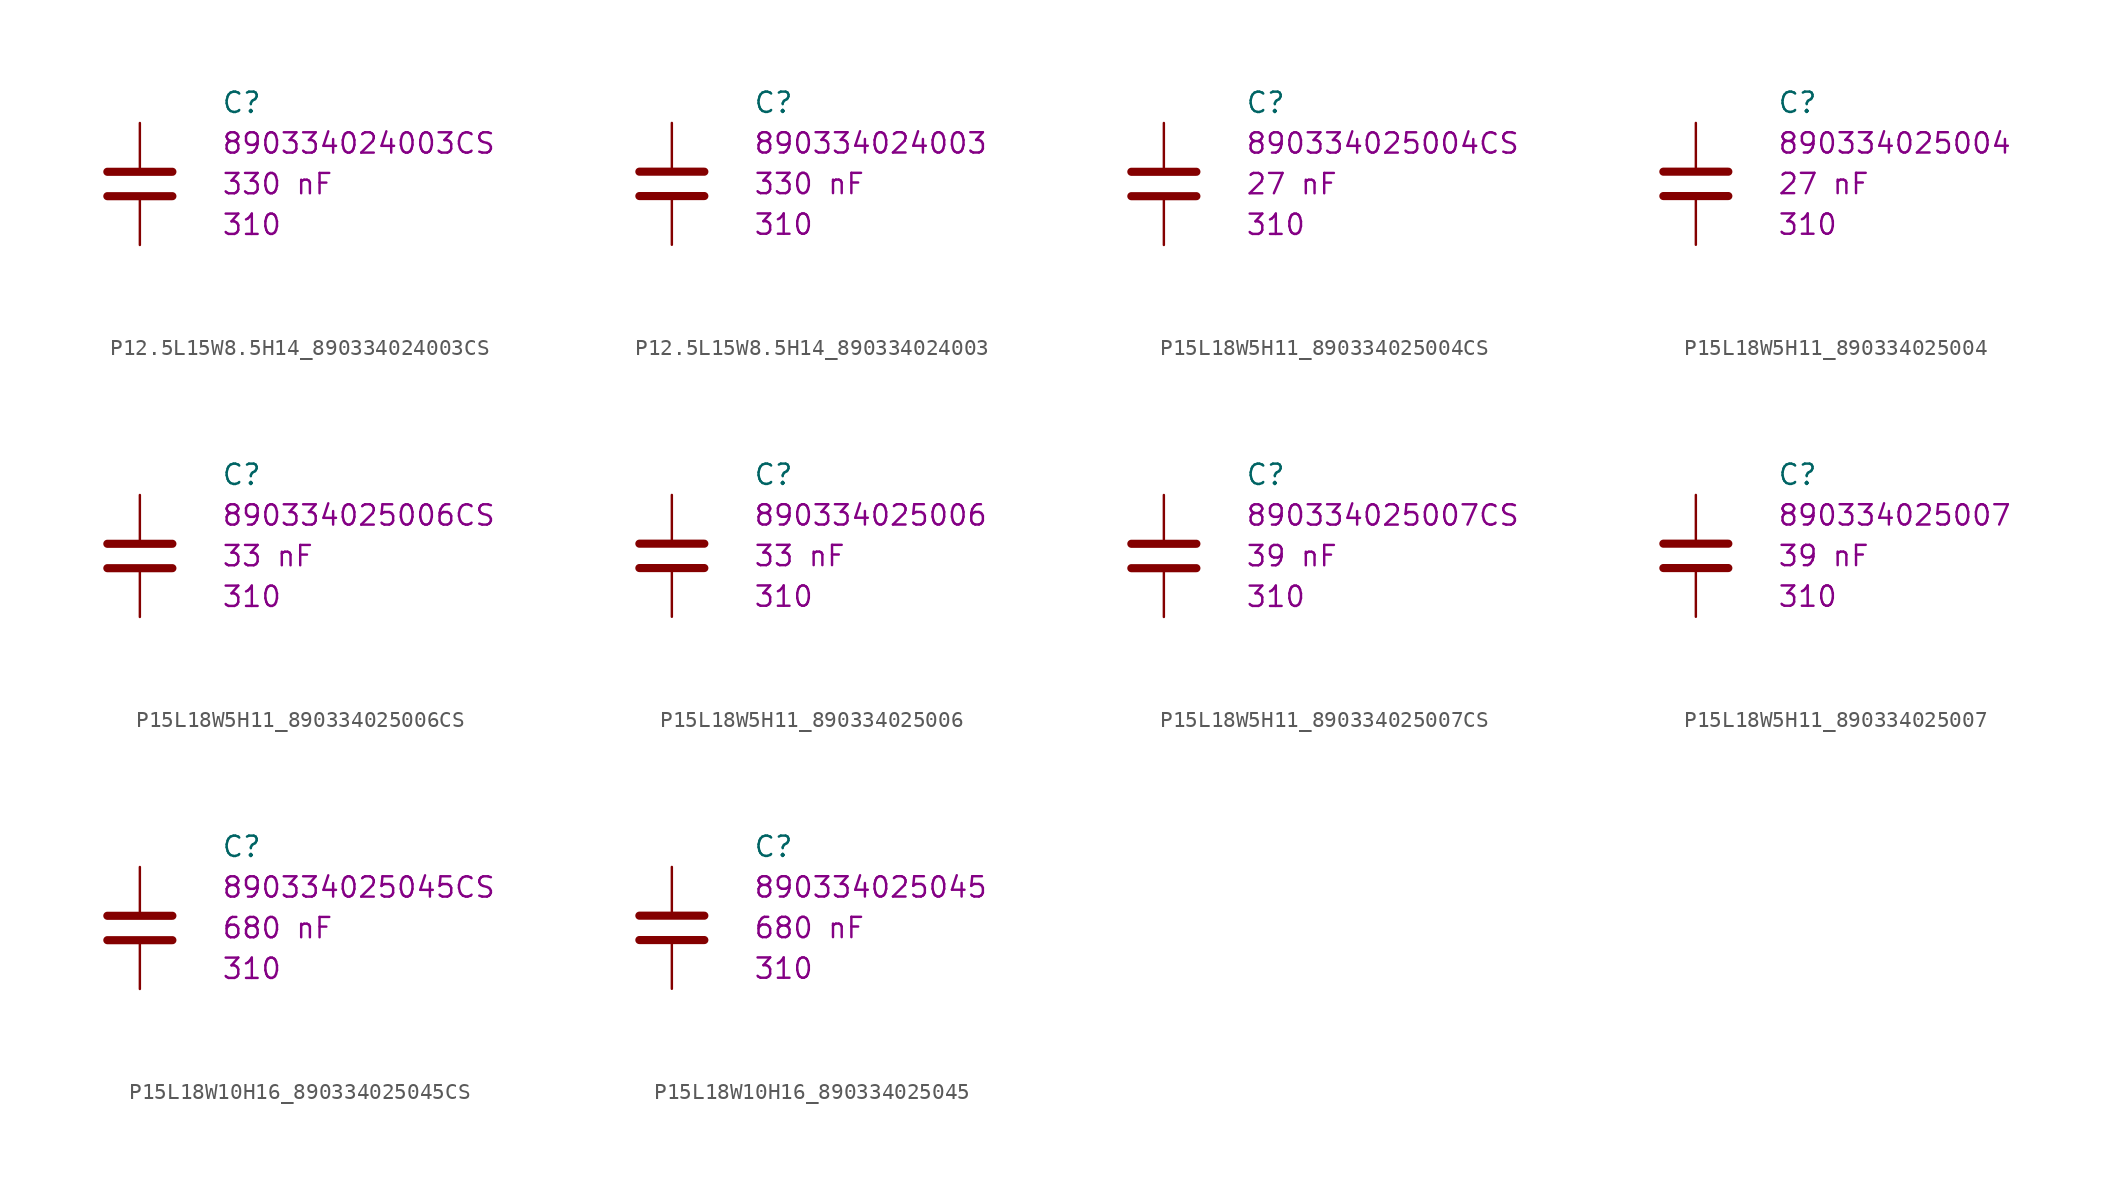
<source format=kicad_sym>
(kicad_symbol_lib
  (version 20220914)
  (generator kicad_symbol_editor)
  (symbol "P12.5L15W8.5H14_890334024003CS"
    (pin_numbers hide)
    (pin_names hide)
    (property "Reference" "C"
      (at 5.08 5.08 0)
      (effects (font (size 1.27 1.27)) (justify left)))
    (property "Part Number" "890334024003CS"
      (at 5.08 2.54 0)
      (effects (font (size 1.27 1.27)) (justify left)))
    (property "Capacitance" "330 nF"
      (at 5.08 0 0)
      (effects (font (size 1.27 1.27)) (justify left)))
    (property "Voltage" "310"
      (at 5.08 -2.54 0)
      (effects (font (size 1.27 1.27)) (justify left)))
    (property "Critical Parameter" ""
      (at 0 -7.62 0)
      (effects (font (size 1.27 1.27))))
    (symbol "P12.5L15W8.5H14_890334024003CS_0_1"
      (polyline (pts (xy -2.032 -0.762) (xy 2.032 -0.762)) (stroke (width 0.508) (type default)) (fill (type none)))
      (polyline (pts (xy -2.032 0.762) (xy 2.032 0.762)) (stroke (width 0.508) (type default)) (fill (type none))))
    (symbol "P12.5L15W8.5H14_890334024003CS_1_1"
      (pin passive line (at 0 3.81 270) (length 2.794) (name "1" (effects (font (size 1.27 1.27)))) (number "1" (effects (font (size 1.27 1.27)))))
      (pin passive line (at 0 -3.81 90) (length 2.794) (name "2" (effects (font (size 1.27 1.27)))) (number "2" (effects (font (size 1.27 1.27)))))))
  (symbol "P12.5L15W8.5H14_890334024003"
    (pin_numbers hide)
    (pin_names hide)
    (property "Reference" "C"
      (at 5.08 5.08 0)
      (effects (font (size 1.27 1.27)) (justify left)))
    (property "Part Number" "890334024003"
      (at 5.08 2.54 0)
      (effects (font (size 1.27 1.27)) (justify left)))
    (property "Capacitance" "330 nF"
      (at 5.08 0 0)
      (effects (font (size 1.27 1.27)) (justify left)))
    (property "Voltage" "310"
      (at 5.08 -2.54 0)
      (effects (font (size 1.27 1.27)) (justify left)))
    (property "Critical Parameter" ""
      (at 0 -7.62 0)
      (effects (font (size 1.27 1.27))))
    (symbol "P12.5L15W8.5H14_890334024003_0_1"
      (polyline (pts (xy -2.032 -0.762) (xy 2.032 -0.762)) (stroke (width 0.508) (type default)) (fill (type none)))
      (polyline (pts (xy -2.032 0.762) (xy 2.032 0.762)) (stroke (width 0.508) (type default)) (fill (type none))))
    (symbol "P12.5L15W8.5H14_890334024003_1_1"
      (pin passive line (at 0 3.81 270) (length 2.794) (name "1" (effects (font (size 1.27 1.27)))) (number "1" (effects (font (size 1.27 1.27)))))
      (pin passive line (at 0 -3.81 90) (length 2.794) (name "2" (effects (font (size 1.27 1.27)))) (number "2" (effects (font (size 1.27 1.27)))))))
  (symbol "P15L18W5H11_890334025004CS"
    (pin_numbers hide)
    (pin_names hide)
    (property "Reference" "C"
      (at 5.08 5.08 0)
      (effects (font (size 1.27 1.27)) (justify left)))
    (property "Part Number" "890334025004CS"
      (at 5.08 2.54 0)
      (effects (font (size 1.27 1.27)) (justify left)))
    (property "Capacitance" "27 nF"
      (at 5.08 0 0)
      (effects (font (size 1.27 1.27)) (justify left)))
    (property "Voltage" "310"
      (at 5.08 -2.54 0)
      (effects (font (size 1.27 1.27)) (justify left)))
    (property "Critical Parameter" ""
      (at 0 -7.62 0)
      (effects (font (size 1.27 1.27))))
    (symbol "P15L18W5H11_890334025004CS_0_1"
      (polyline (pts (xy -2.032 -0.762) (xy 2.032 -0.762)) (stroke (width 0.508) (type default)) (fill (type none)))
      (polyline (pts (xy -2.032 0.762) (xy 2.032 0.762)) (stroke (width 0.508) (type default)) (fill (type none))))
    (symbol "P15L18W5H11_890334025004CS_1_1"
      (pin passive line (at 0 3.81 270) (length 2.794) (name "1" (effects (font (size 1.27 1.27)))) (number "1" (effects (font (size 1.27 1.27)))))
      (pin passive line (at 0 -3.81 90) (length 2.794) (name "2" (effects (font (size 1.27 1.27)))) (number "2" (effects (font (size 1.27 1.27)))))))
  (symbol "P15L18W5H11_890334025004"
    (pin_numbers hide)
    (pin_names hide)
    (property "Reference" "C"
      (at 5.08 5.08 0)
      (effects (font (size 1.27 1.27)) (justify left)))
    (property "Part Number" "890334025004"
      (at 5.08 2.54 0)
      (effects (font (size 1.27 1.27)) (justify left)))
    (property "Capacitance" "27 nF"
      (at 5.08 0 0)
      (effects (font (size 1.27 1.27)) (justify left)))
    (property "Voltage" "310"
      (at 5.08 -2.54 0)
      (effects (font (size 1.27 1.27)) (justify left)))
    (property "Critical Parameter" ""
      (at 0 -7.62 0)
      (effects (font (size 1.27 1.27))))
    (symbol "P15L18W5H11_890334025004_0_1"
      (polyline (pts (xy -2.032 -0.762) (xy 2.032 -0.762)) (stroke (width 0.508) (type default)) (fill (type none)))
      (polyline (pts (xy -2.032 0.762) (xy 2.032 0.762)) (stroke (width 0.508) (type default)) (fill (type none))))
    (symbol "P15L18W5H11_890334025004_1_1"
      (pin passive line (at 0 3.81 270) (length 2.794) (name "1" (effects (font (size 1.27 1.27)))) (number "1" (effects (font (size 1.27 1.27)))))
      (pin passive line (at 0 -3.81 90) (length 2.794) (name "2" (effects (font (size 1.27 1.27)))) (number "2" (effects (font (size 1.27 1.27)))))))
  (symbol "P15L18W5H11_890334025006CS"
    (pin_numbers hide)
    (pin_names hide)
    (property "Reference" "C"
      (at 5.08 5.08 0)
      (effects (font (size 1.27 1.27)) (justify left)))
    (property "Part Number" "890334025006CS"
      (at 5.08 2.54 0)
      (effects (font (size 1.27 1.27)) (justify left)))
    (property "Capacitance" "33 nF"
      (at 5.08 0 0)
      (effects (font (size 1.27 1.27)) (justify left)))
    (property "Voltage" "310"
      (at 5.08 -2.54 0)
      (effects (font (size 1.27 1.27)) (justify left)))
    (property "Critical Parameter" ""
      (at 0 -7.62 0)
      (effects (font (size 1.27 1.27))))
    (symbol "P15L18W5H11_890334025006CS_0_1"
      (polyline (pts (xy -2.032 -0.762) (xy 2.032 -0.762)) (stroke (width 0.508) (type default)) (fill (type none)))
      (polyline (pts (xy -2.032 0.762) (xy 2.032 0.762)) (stroke (width 0.508) (type default)) (fill (type none))))
    (symbol "P15L18W5H11_890334025006CS_1_1"
      (pin passive line (at 0 3.81 270) (length 2.794) (name "1" (effects (font (size 1.27 1.27)))) (number "1" (effects (font (size 1.27 1.27)))))
      (pin passive line (at 0 -3.81 90) (length 2.794) (name "2" (effects (font (size 1.27 1.27)))) (number "2" (effects (font (size 1.27 1.27)))))))
  (symbol "P15L18W5H11_890334025006"
    (pin_numbers hide)
    (pin_names hide)
    (property "Reference" "C"
      (at 5.08 5.08 0)
      (effects (font (size 1.27 1.27)) (justify left)))
    (property "Part Number" "890334025006"
      (at 5.08 2.54 0)
      (effects (font (size 1.27 1.27)) (justify left)))
    (property "Capacitance" "33 nF"
      (at 5.08 0 0)
      (effects (font (size 1.27 1.27)) (justify left)))
    (property "Voltage" "310"
      (at 5.08 -2.54 0)
      (effects (font (size 1.27 1.27)) (justify left)))
    (property "Critical Parameter" ""
      (at 0 -7.62 0)
      (effects (font (size 1.27 1.27))))
    (symbol "P15L18W5H11_890334025006_0_1"
      (polyline (pts (xy -2.032 -0.762) (xy 2.032 -0.762)) (stroke (width 0.508) (type default)) (fill (type none)))
      (polyline (pts (xy -2.032 0.762) (xy 2.032 0.762)) (stroke (width 0.508) (type default)) (fill (type none))))
    (symbol "P15L18W5H11_890334025006_1_1"
      (pin passive line (at 0 3.81 270) (length 2.794) (name "1" (effects (font (size 1.27 1.27)))) (number "1" (effects (font (size 1.27 1.27)))))
      (pin passive line (at 0 -3.81 90) (length 2.794) (name "2" (effects (font (size 1.27 1.27)))) (number "2" (effects (font (size 1.27 1.27)))))))
  (symbol "P15L18W5H11_890334025007CS"
    (pin_numbers hide)
    (pin_names hide)
    (property "Reference" "C"
      (at 5.08 5.08 0)
      (effects (font (size 1.27 1.27)) (justify left)))
    (property "Part Number" "890334025007CS"
      (at 5.08 2.54 0)
      (effects (font (size 1.27 1.27)) (justify left)))
    (property "Capacitance" "39 nF"
      (at 5.08 0 0)
      (effects (font (size 1.27 1.27)) (justify left)))
    (property "Voltage" "310"
      (at 5.08 -2.54 0)
      (effects (font (size 1.27 1.27)) (justify left)))
    (property "Critical Parameter" ""
      (at 0 -7.62 0)
      (effects (font (size 1.27 1.27))))
    (symbol "P15L18W5H11_890334025007CS_0_1"
      (polyline (pts (xy -2.032 -0.762) (xy 2.032 -0.762)) (stroke (width 0.508) (type default)) (fill (type none)))
      (polyline (pts (xy -2.032 0.762) (xy 2.032 0.762)) (stroke (width 0.508) (type default)) (fill (type none))))
    (symbol "P15L18W5H11_890334025007CS_1_1"
      (pin passive line (at 0 3.81 270) (length 2.794) (name "1" (effects (font (size 1.27 1.27)))) (number "1" (effects (font (size 1.27 1.27)))))
      (pin passive line (at 0 -3.81 90) (length 2.794) (name "2" (effects (font (size 1.27 1.27)))) (number "2" (effects (font (size 1.27 1.27)))))))
  (symbol "P15L18W5H11_890334025007"
    (pin_numbers hide)
    (pin_names hide)
    (property "Reference" "C"
      (at 5.08 5.08 0)
      (effects (font (size 1.27 1.27)) (justify left)))
    (property "Part Number" "890334025007"
      (at 5.08 2.54 0)
      (effects (font (size 1.27 1.27)) (justify left)))
    (property "Capacitance" "39 nF"
      (at 5.08 0 0)
      (effects (font (size 1.27 1.27)) (justify left)))
    (property "Voltage" "310"
      (at 5.08 -2.54 0)
      (effects (font (size 1.27 1.27)) (justify left)))
    (property "Critical Parameter" ""
      (at 0 -7.62 0)
      (effects (font (size 1.27 1.27))))
    (symbol "P15L18W5H11_890334025007_0_1"
      (polyline (pts (xy -2.032 -0.762) (xy 2.032 -0.762)) (stroke (width 0.508) (type default)) (fill (type none)))
      (polyline (pts (xy -2.032 0.762) (xy 2.032 0.762)) (stroke (width 0.508) (type default)) (fill (type none))))
    (symbol "P15L18W5H11_890334025007_1_1"
      (pin passive line (at 0 3.81 270) (length 2.794) (name "1" (effects (font (size 1.27 1.27)))) (number "1" (effects (font (size 1.27 1.27)))))
      (pin passive line (at 0 -3.81 90) (length 2.794) (name "2" (effects (font (size 1.27 1.27)))) (number "2" (effects (font (size 1.27 1.27)))))))
  (symbol "P15L18W10H16_890334025045CS"
    (pin_numbers hide)
    (pin_names hide)
    (property "Reference" "C"
      (at 5.08 5.08 0)
      (effects (font (size 1.27 1.27)) (justify left)))
    (property "Part Number" "890334025045CS"
      (at 5.08 2.54 0)
      (effects (font (size 1.27 1.27)) (justify left)))
    (property "Capacitance" "680 nF"
      (at 5.08 0 0)
      (effects (font (size 1.27 1.27)) (justify left)))
    (property "Voltage" "310"
      (at 5.08 -2.54 0)
      (effects (font (size 1.27 1.27)) (justify left)))
    (property "Critical Parameter" ""
      (at 0 -7.62 0)
      (effects (font (size 1.27 1.27))))
    (symbol "P15L18W10H16_890334025045CS_0_1"
      (polyline (pts (xy -2.032 -0.762) (xy 2.032 -0.762)) (stroke (width 0.508) (type default)) (fill (type none)))
      (polyline (pts (xy -2.032 0.762) (xy 2.032 0.762)) (stroke (width 0.508) (type default)) (fill (type none))))
    (symbol "P15L18W10H16_890334025045CS_1_1"
      (pin passive line (at 0 3.81 270) (length 2.794) (name "1" (effects (font (size 1.27 1.27)))) (number "1" (effects (font (size 1.27 1.27)))))
      (pin passive line (at 0 -3.81 90) (length 2.794) (name "2" (effects (font (size 1.27 1.27)))) (number "2" (effects (font (size 1.27 1.27)))))))
  (symbol "P15L18W10H16_890334025045"
    (pin_numbers hide)
    (pin_names hide)
    (property "Reference" "C"
      (at 5.08 5.08 0)
      (effects (font (size 1.27 1.27)) (justify left)))
    (property "Part Number" "890334025045"
      (at 5.08 2.54 0)
      (effects (font (size 1.27 1.27)) (justify left)))
    (property "Capacitance" "680 nF"
      (at 5.08 0 0)
      (effects (font (size 1.27 1.27)) (justify left)))
    (property "Voltage" "310"
      (at 5.08 -2.54 0)
      (effects (font (size 1.27 1.27)) (justify left)))
    (property "Critical Parameter" ""
      (at 0 -7.62 0)
      (effects (font (size 1.27 1.27))))
    (symbol "P15L18W10H16_890334025045_0_1"
      (polyline (pts (xy -2.032 -0.762) (xy 2.032 -0.762)) (stroke (width 0.508) (type default)) (fill (type none)))
      (polyline (pts (xy -2.032 0.762) (xy 2.032 0.762)) (stroke (width 0.508) (type default)) (fill (type none))))
    (symbol "P15L18W10H16_890334025045_1_1"
      (pin passive line (at 0 3.81 270) (length 2.794) (name "1" (effects (font (size 1.27 1.27)))) (number "1" (effects (font (size 1.27 1.27)))))
      (pin passive line (at 0 -3.81 90) (length 2.794) (name "2" (effects (font (size 1.27 1.27)))) (number "2" (effects (font (size 1.27 1.27))))))))
</source>
